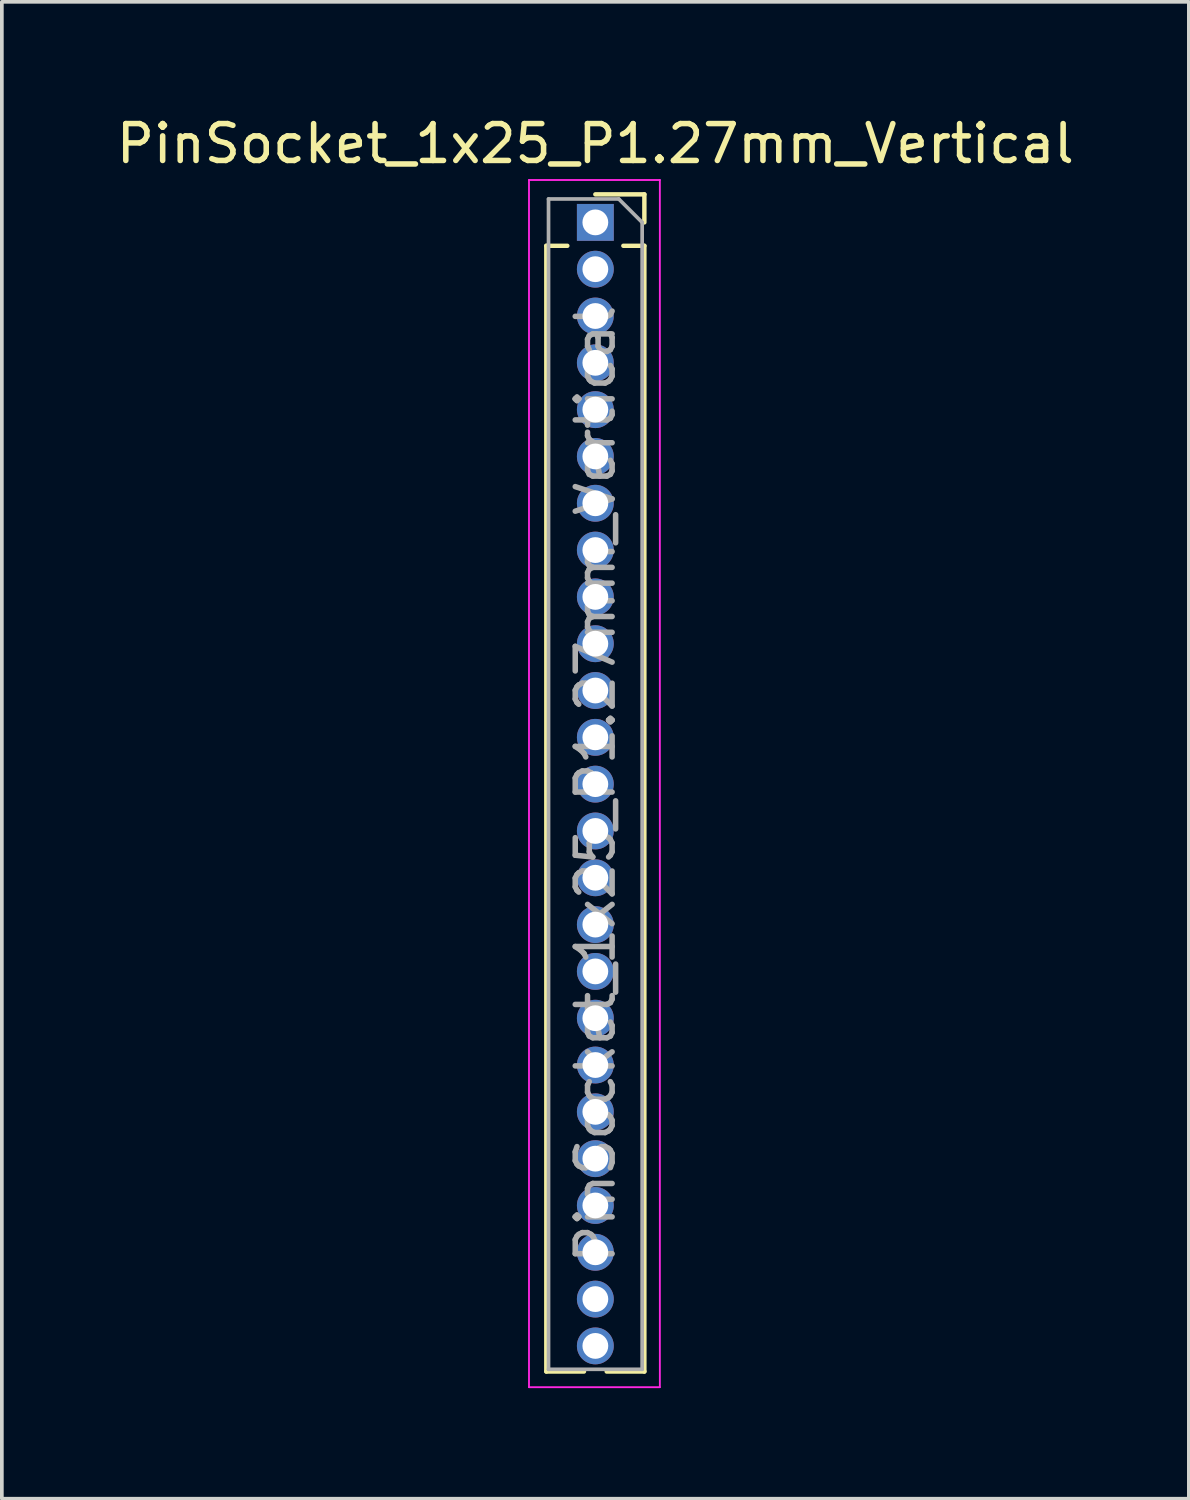
<source format=kicad_pcb>
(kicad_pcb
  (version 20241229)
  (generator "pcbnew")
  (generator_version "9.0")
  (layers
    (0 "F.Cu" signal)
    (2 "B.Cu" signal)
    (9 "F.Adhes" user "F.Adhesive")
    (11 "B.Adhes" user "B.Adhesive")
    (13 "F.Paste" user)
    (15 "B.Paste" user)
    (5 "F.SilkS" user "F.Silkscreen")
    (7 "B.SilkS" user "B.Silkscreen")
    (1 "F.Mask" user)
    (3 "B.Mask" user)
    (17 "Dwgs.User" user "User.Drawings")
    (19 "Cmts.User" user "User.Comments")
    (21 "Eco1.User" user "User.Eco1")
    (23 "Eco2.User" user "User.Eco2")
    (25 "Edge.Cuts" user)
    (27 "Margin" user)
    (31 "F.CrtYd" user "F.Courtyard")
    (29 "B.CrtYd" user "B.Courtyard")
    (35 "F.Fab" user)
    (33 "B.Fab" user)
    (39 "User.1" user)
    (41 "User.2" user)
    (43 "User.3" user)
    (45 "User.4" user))
  (footprint "PinSocket_1x25_P1.27mm_Vertical"
    (layer "F.Cu")
    (at 13.101 2.983)
    (property "Reference" "PinSocket_1x25_P1.27mm_Vertical" (at 0 -2.135 0) (layer "F.SilkS") (effects (font (size 1 1) (thickness 0.15))))
    (attr through_hole)
    (fp_line (start -1.33 0.635) (end -1.33 31.175) (stroke (width 0.12) (type solid)) (layer "F.SilkS"))
    (fp_line (start -1.33 0.635) (end -0.76 0.635) (stroke (width 0.12) (type solid)) (layer "F.SilkS"))
    (fp_line (start -1.33 31.175) (end -0.308 31.175) (stroke (width 0.12) (type solid)) (layer "F.SilkS"))
    (fp_line (start 0 -0.76) (end 1.33 -0.76) (stroke (width 0.12) (type solid)) (layer "F.SilkS"))
    (fp_line (start 0.308 31.175) (end 1.33 31.175) (stroke (width 0.12) (type solid)) (layer "F.SilkS"))
    (fp_line (start 0.76 0.635) (end 1.33 0.635) (stroke (width 0.12) (type solid)) (layer "F.SilkS"))
    (fp_line (start 1.33 -0.76) (end 1.33 0) (stroke (width 0.12) (type solid)) (layer "F.SilkS"))
    (fp_line (start 1.33 0.635) (end 1.33 31.175) (stroke (width 0.12) (type solid)) (layer "F.SilkS"))
    (fp_line (start -1.8 -1.15) (end 1.75 -1.15) (stroke (width 0.05) (type solid)) (layer "F.CrtYd"))
    (fp_line (start -1.8 31.6) (end -1.8 -1.15) (stroke (width 0.05) (type solid)) (layer "F.CrtYd"))
    (fp_line (start 1.75 -1.15) (end 1.75 31.6) (stroke (width 0.05) (type solid)) (layer "F.CrtYd"))
    (fp_line (start 1.75 31.6) (end -1.8 31.6) (stroke (width 0.05) (type solid)) (layer "F.CrtYd"))
    (fp_line (start -1.27 -0.635) (end 0.635 -0.635) (stroke (width 0.1) (type solid)) (layer "F.Fab"))
    (fp_line (start -1.27 31.115) (end -1.27 -0.635) (stroke (width 0.1) (type solid)) (layer "F.Fab"))
    (fp_line (start 0.635 -0.635) (end 1.27 0) (stroke (width 0.1) (type solid)) (layer "F.Fab"))
    (fp_line (start 1.27 0) (end 1.27 31.115) (stroke (width 0.1) (type solid)) (layer "F.Fab"))
    (fp_line (start 1.27 31.115) (end -1.27 31.115) (stroke (width 0.1) (type solid)) (layer "F.Fab"))
    (fp_text user "${REFERENCE}" (at 0 15.24 90) (layer "F.Fab") (effects (font (size 1 1) (thickness 0.15))))
    (pad "1" thru_hole rect (at 0 0) (size 1 1) (drill 0.7) (layers "*.Cu" "*.Mask"))
    (pad "2" thru_hole oval (at 0 1.27) (size 1 1) (drill 0.7) (layers "*.Cu" "*.Mask"))
    (pad "3" thru_hole oval (at 0 2.54) (size 1 1) (drill 0.7) (layers "*.Cu" "*.Mask"))
    (pad "4" thru_hole oval (at 0 3.81) (size 1 1) (drill 0.7) (layers "*.Cu" "*.Mask"))
    (pad "5" thru_hole oval (at 0 5.08) (size 1 1) (drill 0.7) (layers "*.Cu" "*.Mask"))
    (pad "6" thru_hole oval (at 0 6.35) (size 1 1) (drill 0.7) (layers "*.Cu" "*.Mask"))
    (pad "7" thru_hole oval (at 0 7.62) (size 1 1) (drill 0.7) (layers "*.Cu" "*.Mask"))
    (pad "8" thru_hole oval (at 0 8.89) (size 1 1) (drill 0.7) (layers "*.Cu" "*.Mask"))
    (pad "9" thru_hole oval (at 0 10.16) (size 1 1) (drill 0.7) (layers "*.Cu" "*.Mask"))
    (pad "10" thru_hole oval (at 0 11.43) (size 1 1) (drill 0.7) (layers "*.Cu" "*.Mask"))
    (pad "11" thru_hole oval (at 0 12.7) (size 1 1) (drill 0.7) (layers "*.Cu" "*.Mask"))
    (pad "12" thru_hole oval (at 0 13.97) (size 1 1) (drill 0.7) (layers "*.Cu" "*.Mask"))
    (pad "13" thru_hole oval (at 0 15.24) (size 1 1) (drill 0.7) (layers "*.Cu" "*.Mask"))
    (pad "14" thru_hole oval (at 0 16.51) (size 1 1) (drill 0.7) (layers "*.Cu" "*.Mask"))
    (pad "15" thru_hole oval (at 0 17.78) (size 1 1) (drill 0.7) (layers "*.Cu" "*.Mask"))
    (pad "16" thru_hole oval (at 0 19.05) (size 1 1) (drill 0.7) (layers "*.Cu" "*.Mask"))
    (pad "17" thru_hole oval (at 0 20.32) (size 1 1) (drill 0.7) (layers "*.Cu" "*.Mask"))
    (pad "18" thru_hole oval (at 0 21.59) (size 1 1) (drill 0.7) (layers "*.Cu" "*.Mask"))
    (pad "19" thru_hole oval (at 0 22.86) (size 1 1) (drill 0.7) (layers "*.Cu" "*.Mask"))
    (pad "20" thru_hole oval (at 0 24.13) (size 1 1) (drill 0.7) (layers "*.Cu" "*.Mask"))
    (pad "21" thru_hole oval (at 0 25.4) (size 1 1) (drill 0.7) (layers "*.Cu" "*.Mask"))
    (pad "22" thru_hole oval (at 0 26.67) (size 1 1) (drill 0.7) (layers "*.Cu" "*.Mask"))
    (pad "23" thru_hole oval (at 0 27.94) (size 1 1) (drill 0.7) (layers "*.Cu" "*.Mask"))
    (pad "24" thru_hole oval (at 0 29.21) (size 1 1) (drill 0.7) (layers "*.Cu" "*.Mask"))
    (pad "25" thru_hole oval (at 0 30.48) (size 1 1) (drill 0.7) (layers "*.Cu" "*.Mask")))
  (gr_rect
    (start -3 -3)
    (end 29.202 37.608)
    (stroke (width 0.1) (type default))
    (fill no)
    (layer "Edge.Cuts")))
</source>
